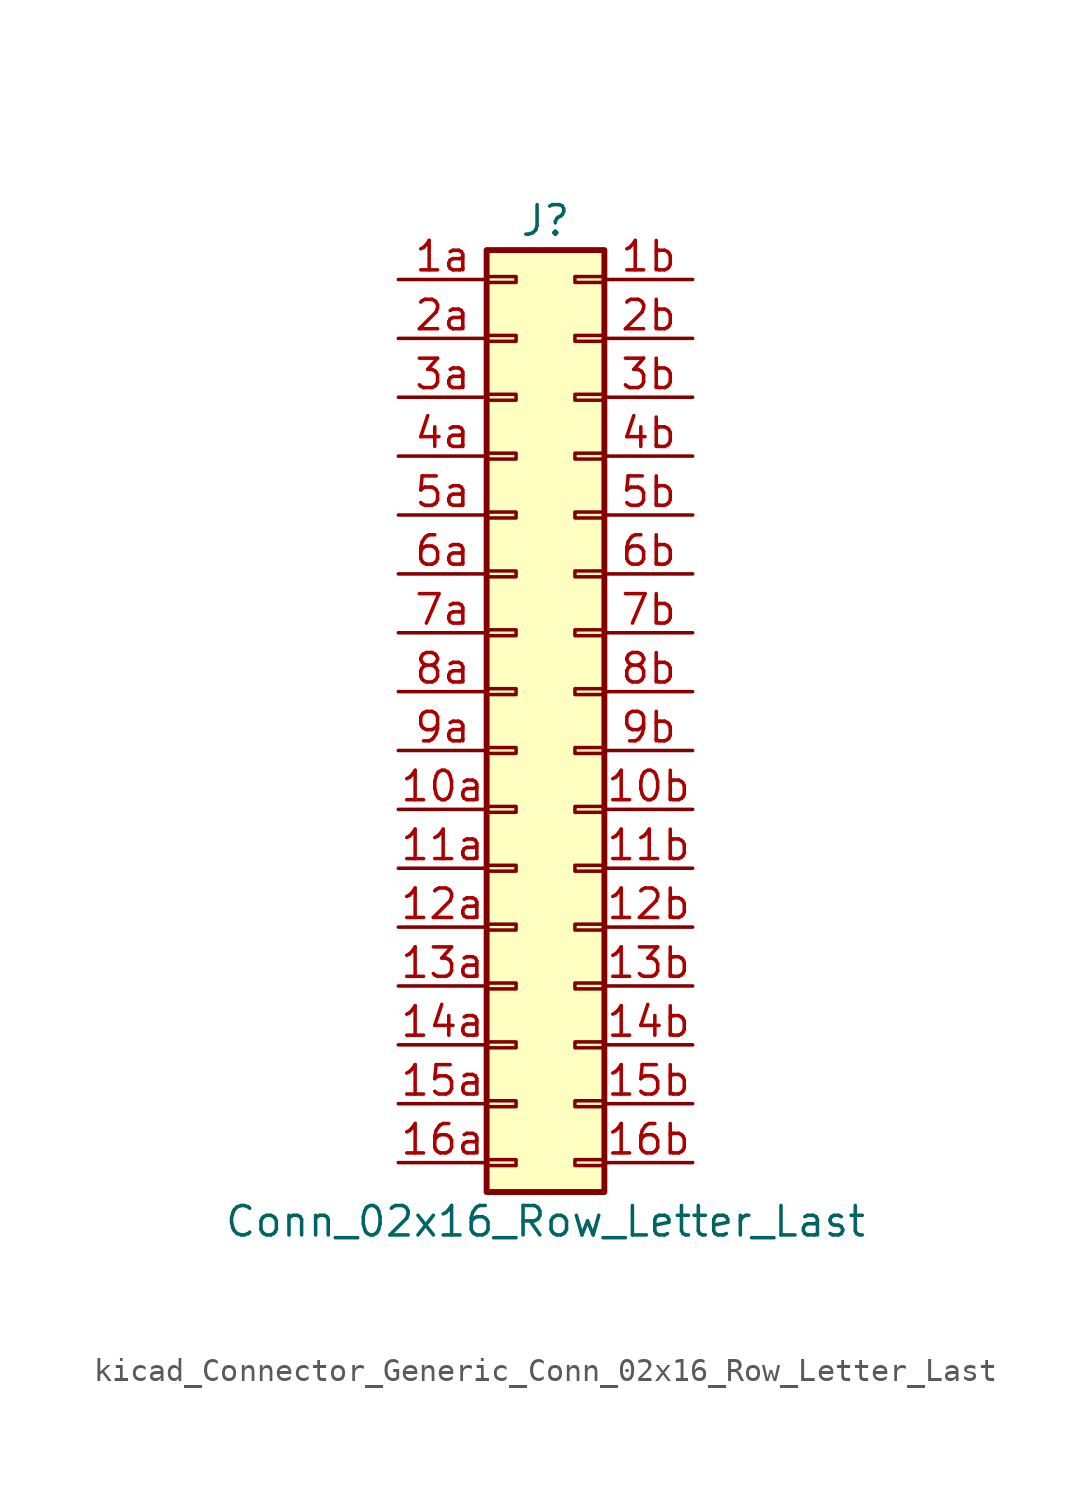
<source format=kicad_sym>
(kicad_symbol_lib
  (version 20220914)
  (generator kicad_symbol_editor)
  (symbol "kicad_Connector_Generic_Conn_02x16_Row_Letter_Last"
    (pin_names
      (offset 1.016) hide)
    (property "Reference" "J"
      (at 1.27 20.32 0)
      (effects (font (size 1.27 1.27))))
    (property "Value" "Conn_02x16_Row_Letter_Last"
      (at 1.27 -22.86 0)
      (effects (font (size 1.27 1.27))))
    (symbol "kicad_Connector_Generic_Conn_02x16_Row_Letter_Last_1_1"
      (rectangle (start -1.27 -20.193) (end 0 -20.447) (stroke (width 0.152) (type default)) (fill (type none)))
      (rectangle (start -1.27 -17.653) (end 0 -17.907) (stroke (width 0.152) (type default)) (fill (type none)))
      (rectangle (start -1.27 -15.113) (end 0 -15.367) (stroke (width 0.152) (type default)) (fill (type none)))
      (rectangle (start -1.27 -12.573) (end 0 -12.827) (stroke (width 0.152) (type default)) (fill (type none)))
      (rectangle (start -1.27 -10.033) (end 0 -10.287) (stroke (width 0.152) (type default)) (fill (type none)))
      (rectangle (start -1.27 -7.493) (end 0 -7.747) (stroke (width 0.152) (type default)) (fill (type none)))
      (rectangle (start -1.27 -4.953) (end 0 -5.207) (stroke (width 0.152) (type default)) (fill (type none)))
      (rectangle (start -1.27 -2.413) (end 0 -2.667) (stroke (width 0.152) (type default)) (fill (type none)))
      (rectangle (start -1.27 0.127) (end 0 -0.127) (stroke (width 0.152) (type default)) (fill (type none)))
      (rectangle (start -1.27 2.667) (end 0 2.413) (stroke (width 0.152) (type default)) (fill (type none)))
      (rectangle (start -1.27 5.207) (end 0 4.953) (stroke (width 0.152) (type default)) (fill (type none)))
      (rectangle (start -1.27 7.747) (end 0 7.493) (stroke (width 0.152) (type default)) (fill (type none)))
      (rectangle (start -1.27 10.287) (end 0 10.033) (stroke (width 0.152) (type default)) (fill (type none)))
      (rectangle (start -1.27 12.827) (end 0 12.573) (stroke (width 0.152) (type default)) (fill (type none)))
      (rectangle (start -1.27 15.367) (end 0 15.113) (stroke (width 0.152) (type default)) (fill (type none)))
      (rectangle (start -1.27 17.907) (end 0 17.653) (stroke (width 0.152) (type default)) (fill (type none)))
      (rectangle (start -1.27 19.05) (end 3.81 -21.59) (stroke (width 0.254) (type default)) (fill (type background)))
      (rectangle (start 3.81 -20.193) (end 2.54 -20.447) (stroke (width 0.152) (type default)) (fill (type none)))
      (rectangle (start 3.81 -17.653) (end 2.54 -17.907) (stroke (width 0.152) (type default)) (fill (type none)))
      (rectangle (start 3.81 -15.113) (end 2.54 -15.367) (stroke (width 0.152) (type default)) (fill (type none)))
      (rectangle (start 3.81 -12.573) (end 2.54 -12.827) (stroke (width 0.152) (type default)) (fill (type none)))
      (rectangle (start 3.81 -10.033) (end 2.54 -10.287) (stroke (width 0.152) (type default)) (fill (type none)))
      (rectangle (start 3.81 -7.493) (end 2.54 -7.747) (stroke (width 0.152) (type default)) (fill (type none)))
      (rectangle (start 3.81 -4.953) (end 2.54 -5.207) (stroke (width 0.152) (type default)) (fill (type none)))
      (rectangle (start 3.81 -2.413) (end 2.54 -2.667) (stroke (width 0.152) (type default)) (fill (type none)))
      (rectangle (start 3.81 0.127) (end 2.54 -0.127) (stroke (width 0.152) (type default)) (fill (type none)))
      (rectangle (start 3.81 2.667) (end 2.54 2.413) (stroke (width 0.152) (type default)) (fill (type none)))
      (rectangle (start 3.81 5.207) (end 2.54 4.953) (stroke (width 0.152) (type default)) (fill (type none)))
      (rectangle (start 3.81 7.747) (end 2.54 7.493) (stroke (width 0.152) (type default)) (fill (type none)))
      (rectangle (start 3.81 10.287) (end 2.54 10.033) (stroke (width 0.152) (type default)) (fill (type none)))
      (rectangle (start 3.81 12.827) (end 2.54 12.573) (stroke (width 0.152) (type default)) (fill (type none)))
      (rectangle (start 3.81 15.367) (end 2.54 15.113) (stroke (width 0.152) (type default)) (fill (type none)))
      (rectangle (start 3.81 17.907) (end 2.54 17.653) (stroke (width 0.152) (type default)) (fill (type none)))
      (pin passive line (at -5.08 -5.08 0) (length 3.81) (name "Pin_10a" (effects (font (size 1.27 1.27)))) (number "10a" (effects (font (size 1.27 1.27)))))
      (pin passive line (at 7.62 -5.08 180) (length 3.81) (name "Pin_10b" (effects (font (size 1.27 1.27)))) (number "10b" (effects (font (size 1.27 1.27)))))
      (pin passive line (at -5.08 -7.62 0) (length 3.81) (name "Pin_11a" (effects (font (size 1.27 1.27)))) (number "11a" (effects (font (size 1.27 1.27)))))
      (pin passive line (at 7.62 -7.62 180) (length 3.81) (name "Pin_11b" (effects (font (size 1.27 1.27)))) (number "11b" (effects (font (size 1.27 1.27)))))
      (pin passive line (at -5.08 -10.16 0) (length 3.81) (name "Pin_12a" (effects (font (size 1.27 1.27)))) (number "12a" (effects (font (size 1.27 1.27)))))
      (pin passive line (at 7.62 -10.16 180) (length 3.81) (name "Pin_12b" (effects (font (size 1.27 1.27)))) (number "12b" (effects (font (size 1.27 1.27)))))
      (pin passive line (at -5.08 -12.7 0) (length 3.81) (name "Pin_13a" (effects (font (size 1.27 1.27)))) (number "13a" (effects (font (size 1.27 1.27)))))
      (pin passive line (at 7.62 -12.7 180) (length 3.81) (name "Pin_13b" (effects (font (size 1.27 1.27)))) (number "13b" (effects (font (size 1.27 1.27)))))
      (pin passive line (at -5.08 -15.24 0) (length 3.81) (name "Pin_14a" (effects (font (size 1.27 1.27)))) (number "14a" (effects (font (size 1.27 1.27)))))
      (pin passive line (at 7.62 -15.24 180) (length 3.81) (name "Pin_14b" (effects (font (size 1.27 1.27)))) (number "14b" (effects (font (size 1.27 1.27)))))
      (pin passive line (at -5.08 -17.78 0) (length 3.81) (name "Pin_15a" (effects (font (size 1.27 1.27)))) (number "15a" (effects (font (size 1.27 1.27)))))
      (pin passive line (at 7.62 -17.78 180) (length 3.81) (name "Pin_15b" (effects (font (size 1.27 1.27)))) (number "15b" (effects (font (size 1.27 1.27)))))
      (pin passive line (at -5.08 -20.32 0) (length 3.81) (name "Pin_16a" (effects (font (size 1.27 1.27)))) (number "16a" (effects (font (size 1.27 1.27)))))
      (pin passive line (at 7.62 -20.32 180) (length 3.81) (name "Pin_16b" (effects (font (size 1.27 1.27)))) (number "16b" (effects (font (size 1.27 1.27)))))
      (pin passive line (at -5.08 17.78 0) (length 3.81) (name "Pin_1a" (effects (font (size 1.27 1.27)))) (number "1a" (effects (font (size 1.27 1.27)))))
      (pin passive line (at 7.62 17.78 180) (length 3.81) (name "Pin_1b" (effects (font (size 1.27 1.27)))) (number "1b" (effects (font (size 1.27 1.27)))))
      (pin passive line (at -5.08 15.24 0) (length 3.81) (name "Pin_2a" (effects (font (size 1.27 1.27)))) (number "2a" (effects (font (size 1.27 1.27)))))
      (pin passive line (at 7.62 15.24 180) (length 3.81) (name "Pin_2b" (effects (font (size 1.27 1.27)))) (number "2b" (effects (font (size 1.27 1.27)))))
      (pin passive line (at -5.08 12.7 0) (length 3.81) (name "Pin_3a" (effects (font (size 1.27 1.27)))) (number "3a" (effects (font (size 1.27 1.27)))))
      (pin passive line (at 7.62 12.7 180) (length 3.81) (name "Pin_3b" (effects (font (size 1.27 1.27)))) (number "3b" (effects (font (size 1.27 1.27)))))
      (pin passive line (at -5.08 10.16 0) (length 3.81) (name "Pin_4a" (effects (font (size 1.27 1.27)))) (number "4a" (effects (font (size 1.27 1.27)))))
      (pin passive line (at 7.62 10.16 180) (length 3.81) (name "Pin_4b" (effects (font (size 1.27 1.27)))) (number "4b" (effects (font (size 1.27 1.27)))))
      (pin passive line (at -5.08 7.62 0) (length 3.81) (name "Pin_5a" (effects (font (size 1.27 1.27)))) (number "5a" (effects (font (size 1.27 1.27)))))
      (pin passive line (at 7.62 7.62 180) (length 3.81) (name "Pin_5b" (effects (font (size 1.27 1.27)))) (number "5b" (effects (font (size 1.27 1.27)))))
      (pin passive line (at -5.08 5.08 0) (length 3.81) (name "Pin_6a" (effects (font (size 1.27 1.27)))) (number "6a" (effects (font (size 1.27 1.27)))))
      (pin passive line (at 7.62 5.08 180) (length 3.81) (name "Pin_6b" (effects (font (size 1.27 1.27)))) (number "6b" (effects (font (size 1.27 1.27)))))
      (pin passive line (at -5.08 2.54 0) (length 3.81) (name "Pin_7a" (effects (font (size 1.27 1.27)))) (number "7a" (effects (font (size 1.27 1.27)))))
      (pin passive line (at 7.62 2.54 180) (length 3.81) (name "Pin_7b" (effects (font (size 1.27 1.27)))) (number "7b" (effects (font (size 1.27 1.27)))))
      (pin passive line (at -5.08 0 0) (length 3.81) (name "Pin_8a" (effects (font (size 1.27 1.27)))) (number "8a" (effects (font (size 1.27 1.27)))))
      (pin passive line (at 7.62 0 180) (length 3.81) (name "Pin_8b" (effects (font (size 1.27 1.27)))) (number "8b" (effects (font (size 1.27 1.27)))))
      (pin passive line (at -5.08 -2.54 0) (length 3.81) (name "Pin_9a" (effects (font (size 1.27 1.27)))) (number "9a" (effects (font (size 1.27 1.27)))))
      (pin passive line (at 7.62 -2.54 180) (length 3.81) (name "Pin_9b" (effects (font (size 1.27 1.27)))) (number "9b" (effects (font (size 1.27 1.27))))))))
</source>
